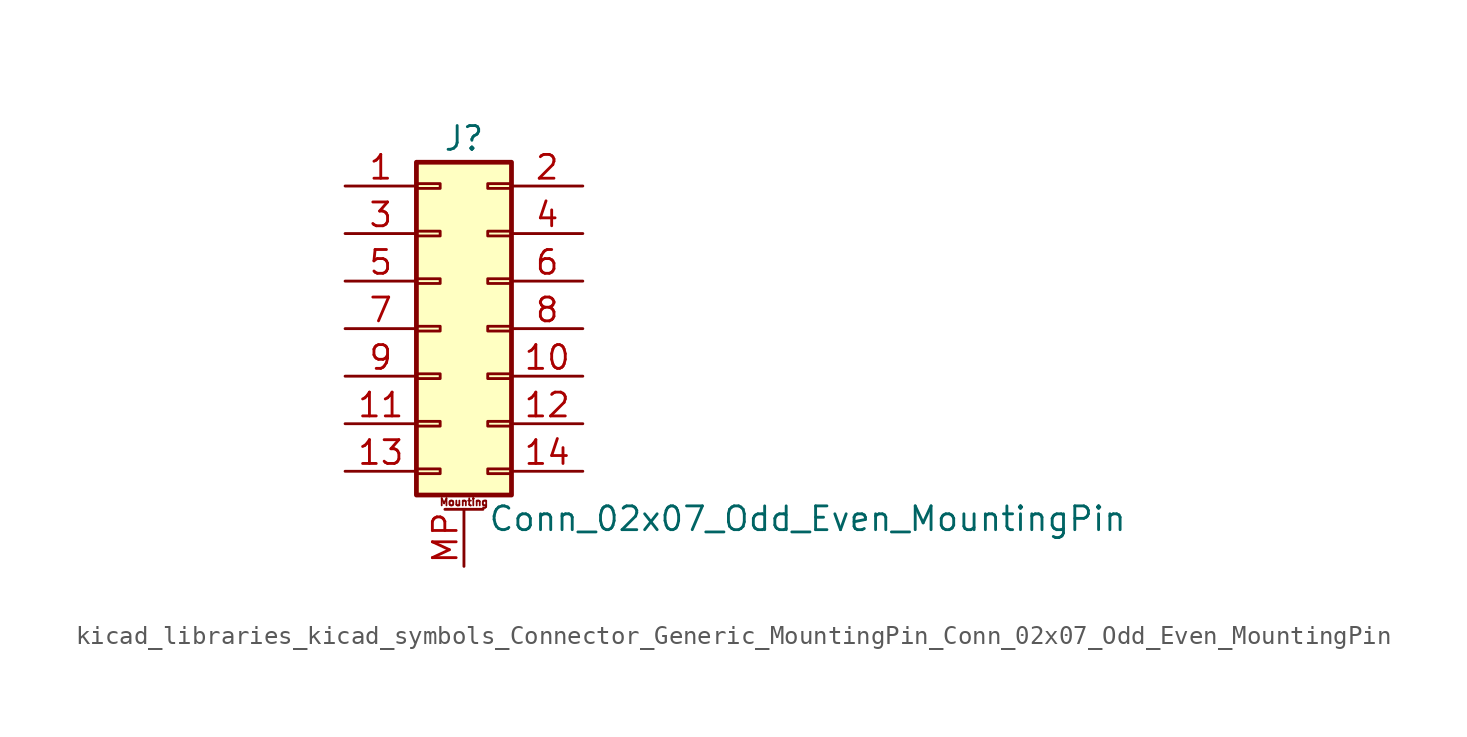
<source format=kicad_sym>
(kicad_symbol_lib
  (version 20220914)
  (generator kicad_symbol_editor)
  (symbol "kicad_libraries_kicad_symbols_Connector_Generic_MountingPin_Conn_02x07_Odd_Even_MountingPin"
    (pin_names
      (offset 1.016) hide)
    (property "Reference" "J"
      (at 1.27 10.16 0)
      (effects (font (size 1.27 1.27))))
    (property "Value" "Conn_02x07_Odd_Even_MountingPin"
      (at 2.54 -10.16 0)
      (effects (font (size 1.27 1.27)) (justify left)))
    (symbol "kicad_libraries_kicad_symbols_Connector_Generic_MountingPin_Conn_02x07_Odd_Even_MountingPin_1_1"
      (rectangle (start -1.27 -7.493) (end 0 -7.747) (stroke (width 0.152) (type default)) (fill (type none)))
      (rectangle (start -1.27 -4.953) (end 0 -5.207) (stroke (width 0.152) (type default)) (fill (type none)))
      (rectangle (start -1.27 -2.413) (end 0 -2.667) (stroke (width 0.152) (type default)) (fill (type none)))
      (rectangle (start -1.27 0.127) (end 0 -0.127) (stroke (width 0.152) (type default)) (fill (type none)))
      (rectangle (start -1.27 2.667) (end 0 2.413) (stroke (width 0.152) (type default)) (fill (type none)))
      (rectangle (start -1.27 5.207) (end 0 4.953) (stroke (width 0.152) (type default)) (fill (type none)))
      (rectangle (start -1.27 7.747) (end 0 7.493) (stroke (width 0.152) (type default)) (fill (type none)))
      (rectangle (start -1.27 8.89) (end 3.81 -8.89) (stroke (width 0.254) (type default)) (fill (type background)))
      (polyline (pts (xy 0.254 -9.652) (xy 2.286 -9.652)) (stroke (width 0.152) (type default)) (fill (type none)))
      (rectangle (start 3.81 -7.493) (end 2.54 -7.747) (stroke (width 0.152) (type default)) (fill (type none)))
      (rectangle (start 3.81 -4.953) (end 2.54 -5.207) (stroke (width 0.152) (type default)) (fill (type none)))
      (rectangle (start 3.81 -2.413) (end 2.54 -2.667) (stroke (width 0.152) (type default)) (fill (type none)))
      (rectangle (start 3.81 0.127) (end 2.54 -0.127) (stroke (width 0.152) (type default)) (fill (type none)))
      (rectangle (start 3.81 2.667) (end 2.54 2.413) (stroke (width 0.152) (type default)) (fill (type none)))
      (rectangle (start 3.81 5.207) (end 2.54 4.953) (stroke (width 0.152) (type default)) (fill (type none)))
      (rectangle (start 3.81 7.747) (end 2.54 7.493) (stroke (width 0.152) (type default)) (fill (type none)))
      (text "Mounting" (at 1.27 -9.271 0) (effects (font (size 0.381 0.381))))
      (pin passive line (at -5.08 7.62 0) (length 3.81) (name "Pin_1" (effects (font (size 1.27 1.27)))) (number "1" (effects (font (size 1.27 1.27)))))
      (pin passive line (at 7.62 -2.54 180) (length 3.81) (name "Pin_10" (effects (font (size 1.27 1.27)))) (number "10" (effects (font (size 1.27 1.27)))))
      (pin passive line (at -5.08 -5.08 0) (length 3.81) (name "Pin_11" (effects (font (size 1.27 1.27)))) (number "11" (effects (font (size 1.27 1.27)))))
      (pin passive line (at 7.62 -5.08 180) (length 3.81) (name "Pin_12" (effects (font (size 1.27 1.27)))) (number "12" (effects (font (size 1.27 1.27)))))
      (pin passive line (at -5.08 -7.62 0) (length 3.81) (name "Pin_13" (effects (font (size 1.27 1.27)))) (number "13" (effects (font (size 1.27 1.27)))))
      (pin passive line (at 7.62 -7.62 180) (length 3.81) (name "Pin_14" (effects (font (size 1.27 1.27)))) (number "14" (effects (font (size 1.27 1.27)))))
      (pin passive line (at 7.62 7.62 180) (length 3.81) (name "Pin_2" (effects (font (size 1.27 1.27)))) (number "2" (effects (font (size 1.27 1.27)))))
      (pin passive line (at -5.08 5.08 0) (length 3.81) (name "Pin_3" (effects (font (size 1.27 1.27)))) (number "3" (effects (font (size 1.27 1.27)))))
      (pin passive line (at 7.62 5.08 180) (length 3.81) (name "Pin_4" (effects (font (size 1.27 1.27)))) (number "4" (effects (font (size 1.27 1.27)))))
      (pin passive line (at -5.08 2.54 0) (length 3.81) (name "Pin_5" (effects (font (size 1.27 1.27)))) (number "5" (effects (font (size 1.27 1.27)))))
      (pin passive line (at 7.62 2.54 180) (length 3.81) (name "Pin_6" (effects (font (size 1.27 1.27)))) (number "6" (effects (font (size 1.27 1.27)))))
      (pin passive line (at -5.08 0 0) (length 3.81) (name "Pin_7" (effects (font (size 1.27 1.27)))) (number "7" (effects (font (size 1.27 1.27)))))
      (pin passive line (at 7.62 0 180) (length 3.81) (name "Pin_8" (effects (font (size 1.27 1.27)))) (number "8" (effects (font (size 1.27 1.27)))))
      (pin passive line (at -5.08 -2.54 0) (length 3.81) (name "Pin_9" (effects (font (size 1.27 1.27)))) (number "9" (effects (font (size 1.27 1.27)))))
      (pin passive line (at 1.27 -12.7 90) (length 3.048) (name "MountPin" (effects (font (size 1.27 1.27)))) (number "MP" (effects (font (size 1.27 1.27))))))))
</source>
